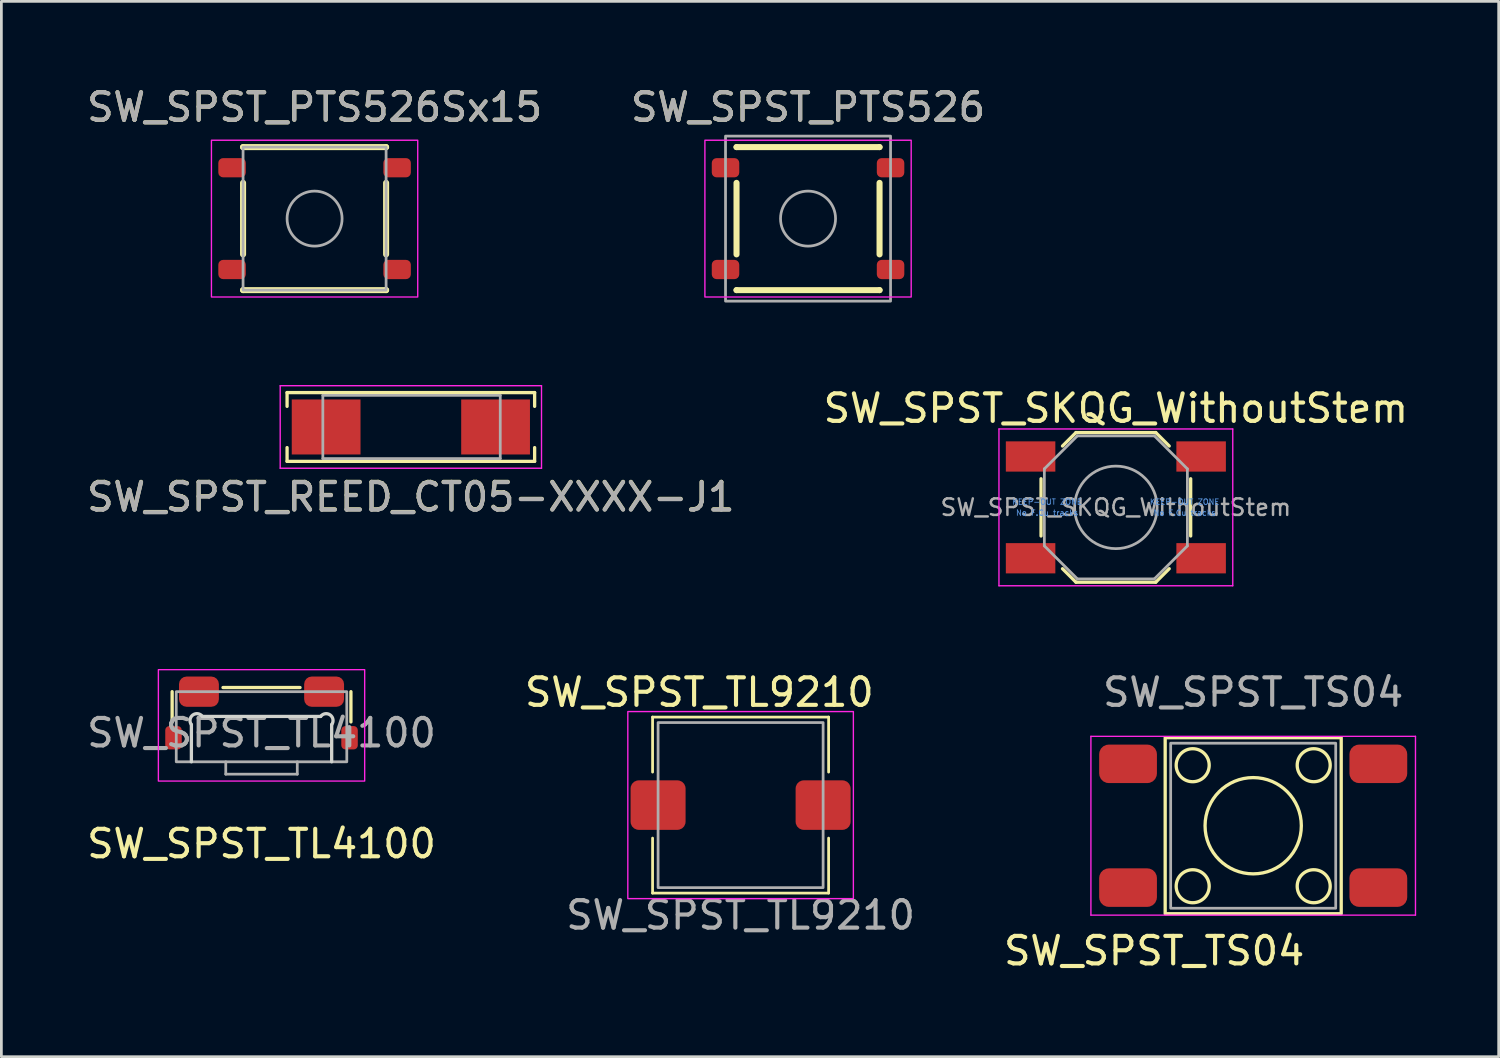
<source format=kicad_pcb>
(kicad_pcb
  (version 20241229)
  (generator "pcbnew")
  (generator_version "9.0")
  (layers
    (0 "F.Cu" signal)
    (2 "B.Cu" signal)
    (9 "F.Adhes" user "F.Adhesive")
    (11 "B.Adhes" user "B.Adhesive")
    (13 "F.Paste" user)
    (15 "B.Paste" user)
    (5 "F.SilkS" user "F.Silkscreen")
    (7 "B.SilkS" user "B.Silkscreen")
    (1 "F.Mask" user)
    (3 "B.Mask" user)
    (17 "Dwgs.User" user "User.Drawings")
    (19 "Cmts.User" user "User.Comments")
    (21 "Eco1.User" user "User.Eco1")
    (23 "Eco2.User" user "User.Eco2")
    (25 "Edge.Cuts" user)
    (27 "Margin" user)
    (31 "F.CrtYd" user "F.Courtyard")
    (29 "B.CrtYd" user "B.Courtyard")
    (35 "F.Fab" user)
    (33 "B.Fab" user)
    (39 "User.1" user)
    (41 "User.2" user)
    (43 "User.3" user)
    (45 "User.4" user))
  (footprint "SW_SPST_PTS526Sx15"
    (layer "F.Cu")
    (at 8.387 4.898)
    (property "Reference" "SW_SPST_PTS526Sx15" (at 0 -4.05 0) (layer "F.SilkS") (effects (font (size 1 1) (thickness 0.15))))
    (attr smd)
    (fp_line (start -2.6 -2.6) (end -2.6 -2.6) (stroke (width 0.22) (type solid)) (layer "F.SilkS"))
    (fp_line (start -2.6 -2.6) (end 2.6 -2.6) (stroke (width 0.22) (type solid)) (layer "F.SilkS"))
    (fp_line (start -2.6 -1.3) (end -2.6 1.3) (stroke (width 0.22) (type solid)) (layer "F.SilkS"))
    (fp_line (start -2.6 2.6) (end -2.6 2.6) (stroke (width 0.22) (type solid)) (layer "F.SilkS"))
    (fp_line (start -2.6 2.6) (end 2.6 2.6) (stroke (width 0.22) (type solid)) (layer "F.SilkS"))
    (fp_line (start 2.6 -2.6) (end 2.6 -2.6) (stroke (width 0.22) (type solid)) (layer "F.SilkS"))
    (fp_line (start 2.6 -1.3) (end 2.6 1.3) (stroke (width 0.22) (type solid)) (layer "F.SilkS"))
    (fp_line (start 2.6 2.6) (end 2.6 2.6) (stroke (width 0.22) (type solid)) (layer "F.SilkS"))
    (fp_rect (start -3.75 -2.85) (end 3.75 2.85) (stroke (width 0.05) (type solid)) (fill no) (layer "F.CrtYd"))
    (fp_rect (start -2.6 -2.6) (end 2.6 2.6) (stroke (width 0.1) (type solid)) (fill no) (layer "F.Fab"))
    (fp_circle (center 0 0) (end 1 0) (stroke (width 0.1) (type solid)) (fill no) (layer "F.Fab"))
    (fp_text user "${REFERENCE}" (at 0 -4.05 0) (layer "F.Fab") (effects (font (size 1 1) (thickness 0.15))))
    (pad "1" smd roundrect (at -3 -1.85) (size 1 0.7) (layers "F.Cu" "F.Mask" "F.Paste") (roundrect_rratio 0.25))
    (pad "1" smd roundrect (at 3 -1.85) (size 1 0.7) (layers "F.Cu" "F.Mask" "F.Paste") (roundrect_rratio 0.25))
    (pad "2" smd roundrect (at -3 1.85) (size 1 0.7) (layers "F.Cu" "F.Mask" "F.Paste") (roundrect_rratio 0.25))
    (pad "2" smd roundrect (at 3 1.85) (size 1 0.7) (layers "F.Cu" "F.Mask" "F.Paste") (roundrect_rratio 0.25)))
  (footprint "SW_SPST_REED_CT05-XXXX-J1"
    (layer "F.Cu")
    (at 11.887 12.473)
    (property "Reference" "SW_SPST_REED_CT05-XXXX-J1" (at 0 2.54 0) (layer "F.SilkS") (effects (font (size 1 1) (thickness 0.15))))
    (attr smd)
    (fp_line (start -4.5 -1.25) (end -4.5 -0.75) (stroke (width 0.12) (type solid)) (layer "F.SilkS"))
    (fp_line (start -4.5 0.75) (end -4.5 1.25) (stroke (width 0.12) (type solid)) (layer "F.SilkS"))
    (fp_line (start -4.5 1.25) (end 4.5 1.25) (stroke (width 0.12) (type solid)) (layer "F.SilkS"))
    (fp_line (start 4.5 -1.25) (end -4.5 -1.25) (stroke (width 0.12) (type solid)) (layer "F.SilkS"))
    (fp_line (start 4.5 -0.75) (end 4.5 -1.25) (stroke (width 0.12) (type solid)) (layer "F.SilkS"))
    (fp_line (start 4.5 1.25) (end 4.5 0.75) (stroke (width 0.12) (type solid)) (layer "F.SilkS"))
    (fp_line (start -4.75 -1.5) (end -4.75 1.5) (stroke (width 0.05) (type solid)) (layer "F.CrtYd"))
    (fp_line (start -4.75 1.5) (end 4.75 1.5) (stroke (width 0.05) (type solid)) (layer "F.CrtYd"))
    (fp_line (start 4.75 -1.5) (end -4.75 -1.5) (stroke (width 0.05) (type solid)) (layer "F.CrtYd"))
    (fp_line (start 4.75 1.5) (end 4.75 -1.5) (stroke (width 0.05) (type solid)) (layer "F.CrtYd"))
    (fp_line (start -3.2 -1.15) (end 3.25 -1.15) (stroke (width 0.1) (type solid)) (layer "F.Fab"))
    (fp_line (start -3.2 1.15) (end -3.2 -1.15) (stroke (width 0.1) (type solid)) (layer "F.Fab"))
    (fp_line (start 3.25 -1.15) (end 3.25 1.15) (stroke (width 0.1) (type solid)) (layer "F.Fab"))
    (fp_line (start 3.25 1.15) (end -3.2 1.15) (stroke (width 0.1) (type solid)) (layer "F.Fab"))
    (fp_text user "${REFERENCE}" (at 0 2.55 0) (layer "F.Fab") (effects (font (size 1 1) (thickness 0.15))))
    (pad "1" smd rect (at -3.08 0) (size 2.5 2) (layers "F.Cu" "F.Mask" "F.Paste"))
    (pad "2" smd rect (at 3.08 0) (size 2.5 2) (layers "F.Cu" "F.Mask" "F.Paste")))
  (footprint "SW_SPST_SKQG_WithoutStem"
    (layer "F.Cu")
    (at 37.518 15.396)
    (property "Reference" "SW_SPST_SKQG_WithoutStem" (at 0 -3.6 0) (layer "F.SilkS") (effects (font (size 1 1) (thickness 0.15))))
    (attr smd)
    (fp_line (start -2.72 1.04) (end -2.72 -1.04) (stroke (width 0.12) (type solid)) (layer "F.SilkS"))
    (fp_line (start -1.45 -2.72) (end -1.94 -2.23) (stroke (width 0.12) (type solid)) (layer "F.SilkS"))
    (fp_line (start -1.45 -2.72) (end 1.45 -2.72) (stroke (width 0.12) (type solid)) (layer "F.SilkS"))
    (fp_line (start -1.45 2.72) (end -1.94 2.23) (stroke (width 0.12) (type solid)) (layer "F.SilkS"))
    (fp_line (start -1.45 2.72) (end 1.45 2.72) (stroke (width 0.12) (type solid)) (layer "F.SilkS"))
    (fp_line (start 1.45 -2.72) (end 1.94 -2.23) (stroke (width 0.12) (type solid)) (layer "F.SilkS"))
    (fp_line (start 1.45 2.72) (end 1.94 2.23) (stroke (width 0.12) (type solid)) (layer "F.SilkS"))
    (fp_line (start 2.72 1.04) (end 2.72 -1.04) (stroke (width 0.12) (type solid)) (layer "F.SilkS"))
    (fp_line (start -4.25 -2.85) (end -4.25 2.85) (stroke (width 0.05) (type solid)) (layer "F.CrtYd"))
    (fp_line (start -4.25 2.85) (end 4.25 2.85) (stroke (width 0.05) (type solid)) (layer "F.CrtYd"))
    (fp_line (start 4.25 -2.85) (end -4.25 -2.85) (stroke (width 0.05) (type solid)) (layer "F.CrtYd"))
    (fp_line (start 4.25 2.85) (end 4.25 -2.85) (stroke (width 0.05) (type solid)) (layer "F.CrtYd"))
    (fp_line (start -2.6 -1.4) (end -1.4 -2.6) (stroke (width 0.1) (type solid)) (layer "F.Fab"))
    (fp_line (start -2.6 1.4) (end -2.6 -1.4) (stroke (width 0.1) (type solid)) (layer "F.Fab"))
    (fp_line (start -1.4 -2.6) (end 1.4 -2.6) (stroke (width 0.1) (type solid)) (layer "F.Fab"))
    (fp_line (start -1.4 2.6) (end -2.6 1.4) (stroke (width 0.1) (type solid)) (layer "F.Fab"))
    (fp_line (start 1.4 -2.6) (end 2.6 -1.4) (stroke (width 0.1) (type solid)) (layer "F.Fab"))
    (fp_line (start 1.4 2.6) (end -1.4 2.6) (stroke (width 0.1) (type solid)) (layer "F.Fab"))
    (fp_line (start 2.6 -1.4) (end 2.6 1.4) (stroke (width 0.1) (type solid)) (layer "F.Fab"))
    (fp_line (start 2.6 1.4) (end 1.4 2.6) (stroke (width 0.1) (type solid)) (layer "F.Fab"))
    (fp_circle (center 0 0) (end 1.5 0) (stroke (width 0.1) (type solid)) (fill no) (layer "F.Fab"))
    (fp_text user "KEEP-OUT ZONE" (at -2.5 -0.2 0) (layer "Cmts.User") (effects (font (size 0.2 0.2) (thickness 0.03))))
    (fp_text user "No F.Cu tracks" (at 2.5 0.2 0) (layer "Cmts.User") (effects (font (size 0.2 0.2) (thickness 0.03))))
    (fp_text user "KEEP-OUT ZONE" (at 2.5 -0.2 0) (layer "Cmts.User") (effects (font (size 0.2 0.2) (thickness 0.03))))
    (fp_text user "No F.Cu tracks" (at -2.5 0.2 0) (layer "Cmts.User") (effects (font (size 0.2 0.2) (thickness 0.03))))
    (fp_text user "${REFERENCE}" (at 0 0 0) (layer "F.Fab") (effects (font (size 0.6 0.6) (thickness 0.09))))
    (pad "1" smd rect (at -3.1 -1.85) (size 1.8 1.1) (layers "F.Cu" "F.Mask" "F.Paste"))
    (pad "1" smd rect (at 3.1 -1.85) (size 1.8 1.1) (layers "F.Cu" "F.Mask" "F.Paste"))
    (pad "2" smd rect (at -3.1 1.85) (size 1.8 1.1) (layers "F.Cu" "F.Mask" "F.Paste"))
    (pad "2" smd rect (at 3.1 1.85) (size 1.8 1.1) (layers "F.Cu" "F.Mask" "F.Paste"))
    (zone (net_name "") (layer "F.Cu") (hatch full 0.508) (connect_pads) (min_thickness 0.254) (filled_areas_thickness no) (keepout (tracks not_allowed) (vias not_allowed) (pads not_allowed) (copperpour not_allowed) (footprints not_allowed)) (placement (enabled no)) (fill) (polygon (pts (xy 33.518 14.097) (xy 36.518 14.097) (xy 36.518 16.697) (xy 33.518 16.697))))
    (zone (net_name "") (layer "F.Cu") (hatch full 0.508) (connect_pads) (min_thickness 0.254) (filled_areas_thickness no) (keepout (tracks not_allowed) (vias not_allowed) (pads not_allowed) (copperpour not_allowed) (footprints not_allowed)) (placement (enabled no)) (fill) (polygon (pts (xy 38.518 14.097) (xy 41.518 14.097) (xy 41.518 16.697) (xy 38.518 16.697)))))
  (footprint "SW_SPST_TL9210"
    (layer "F.Cu")
    (at 23.875 26.22)
    (property "Reference" "SW_SPST_TL9210" (at -1.5 -4.1 0) (unlocked yes) (layer "F.SilkS") (effects (font (size 1 1) (thickness 0.15))))
    (attr smd)
    (fp_line (start -3.2 -3.2) (end 3.2 -3.2) (stroke (width 0.1) (type default)) (layer "F.SilkS"))
    (fp_line (start -3.2 -1.2) (end -3.2 -3.2) (stroke (width 0.1) (type default)) (layer "F.SilkS"))
    (fp_line (start -3.2 3.2) (end -3.2 1.2) (stroke (width 0.1) (type default)) (layer "F.SilkS"))
    (fp_line (start 3.2 -3.2) (end 3.2 -1.2) (stroke (width 0.1) (type default)) (layer "F.SilkS"))
    (fp_line (start 3.2 1.2) (end 3.2 3.2) (stroke (width 0.1) (type default)) (layer "F.SilkS"))
    (fp_line (start 3.2 3.2) (end -3.2 3.2) (stroke (width 0.1) (type default)) (layer "F.SilkS"))
    (fp_rect (start -4.1 -3.4) (end 4.1 3.4) (stroke (width 0.05) (type default)) (fill no) (layer "F.CrtYd"))
    (fp_rect (start -3 -3) (end 3 3) (stroke (width 0.1) (type default)) (fill no) (layer "F.Fab"))
    (fp_text user "${REFERENCE}" (at 0 4 0) (unlocked yes) (layer "F.Fab") (effects (font (size 1 1) (thickness 0.15))))
    (pad "1" smd roundrect (at -3 0) (size 2 1.8) (layers "F.Cu" "F.Mask" "F.Paste") (roundrect_rratio 0.164))
    (pad "2" smd roundrect (at 3 0) (size 2 1.8) (layers "F.Cu" "F.Mask" "F.Paste") (roundrect_rratio 0.164)))
  (footprint "SW_SPST_TS04"
    (layer "F.Cu")
    (at 42.511 26.97)
    (property "Reference" "SW_SPST_TS04" (at -3.6 4.55 0) (layer "F.SilkS") (effects (font (size 1 1) (thickness 0.15))))
    (attr smd)
    (fp_rect (start -3.2 -3.2) (end 3.2 3.2) (stroke (width 0.12) (type default)) (fill no) (layer "F.SilkS"))
    (fp_circle (center -2.2 -2.2) (end -1.6 -2.2) (stroke (width 0.12) (type default)) (fill no) (layer "F.SilkS"))
    (fp_circle (center -2.2 2.2) (end -1.6 2.2) (stroke (width 0.12) (type default)) (fill no) (layer "F.SilkS"))
    (fp_circle (center 0 0) (end 1.75 0) (stroke (width 0.12) (type default)) (fill no) (layer "F.SilkS"))
    (fp_circle (center 2.2 -2.2) (end 2.8 -2.2) (stroke (width 0.12) (type default)) (fill no) (layer "F.SilkS"))
    (fp_circle (center 2.2 2.2) (end 2.8 2.2) (stroke (width 0.12) (type default)) (fill no) (layer "F.SilkS"))
    (fp_line (start -5.9 -3.25) (end 5.9 -3.25) (stroke (width 0.05) (type default)) (layer "F.CrtYd"))
    (fp_line (start -5.9 3.25) (end -5.9 -3.25) (stroke (width 0.05) (type default)) (layer "F.CrtYd"))
    (fp_line (start 5.9 -3.25) (end 5.9 3.25) (stroke (width 0.05) (type default)) (layer "F.CrtYd"))
    (fp_line (start 5.9 3.25) (end -5.9 3.25) (stroke (width 0.05) (type default)) (layer "F.CrtYd"))
    (fp_rect (start -3 -3) (end 3 3) (stroke (width 0.1) (type default)) (fill no) (layer "F.Fab"))
    (fp_text user "${REFERENCE}" (at 0 -4.85 0) (layer "F.Fab") (effects (font (size 1 1) (thickness 0.15))))
    (pad "1" smd roundrect (at -4.55 -2.25) (size 2.1 1.4) (layers "F.Cu" "F.Mask" "F.Paste") (roundrect_rratio 0.25))
    (pad "2" smd roundrect (at -4.55 2.25) (size 2.1 1.4) (layers "F.Cu" "F.Mask" "F.Paste") (roundrect_rratio 0.25))
    (pad "3" smd roundrect (at 4.55 -2.25) (size 2.1 1.4) (layers "F.Cu" "F.Mask" "F.Paste") (roundrect_rratio 0.25))
    (pad "4" smd roundrect (at 4.55 2.25) (size 2.1 1.4) (layers "F.Cu" "F.Mask" "F.Paste") (roundrect_rratio 0.25)))
  (footprint "SW_SPST_TL4100"
    (layer "F.Cu")
    (at 6.458 23.596)
    (property "Reference" "SW_SPST_TL4100" (at 0 4.03 0) (unlocked yes) (layer "F.SilkS") (effects (font (size 1 1) (thickness 0.15))))
    (attr smd)
    (fp_line (start -3.25 -0.4) (end -3.25 -1.5) (stroke (width 0.12) (type default)) (layer "F.SilkS"))
    (fp_line (start -1.4 -1.65) (end 1.4 -1.65) (stroke (width 0.12) (type default)) (layer "F.SilkS"))
    (fp_line (start 3.25 -0.4) (end 3.25 -1.5) (stroke (width 0.12) (type default)) (layer "F.SilkS"))
    (fp_line (start -2.55 1.05) (end -2.55 -0.3) (stroke (width 0.12) (type default)) (layer "Edge.Cuts"))
    (fp_line (start -2.15 -0.6) (end 2.15 -0.6) (stroke (width 0.12) (type default)) (layer "Edge.Cuts"))
    (fp_line (start 2.55 -0.3) (end 2.55 1.05) (stroke (width 0.12) (type default)) (layer "Edge.Cuts"))
    (fp_arc (start -2.55 -0.3) (mid -2.5 -0.65) (end -2.15 -0.6) (stroke (width 0.12) (type default)) (layer "Edge.Cuts"))
    (fp_arc (start 2.15 -0.6) (mid 2.5 -0.65) (end 2.55 -0.3) (stroke (width 0.12) (type default)) (layer "Edge.Cuts"))
    (fp_rect (start -3.75 -2.3) (end 3.75 1.75) (stroke (width 0.05) (type default)) (fill no) (layer "F.CrtYd"))
    (fp_line (start -1.3 1.05) (end -1.3 1.5) (stroke (width 0.1) (type default)) (layer "F.Fab"))
    (fp_line (start -1.3 1.5) (end 1.3 1.5) (stroke (width 0.1) (type default)) (layer "F.Fab"))
    (fp_line (start 1.3 1.5) (end 1.3 1.05) (stroke (width 0.1) (type default)) (layer "F.Fab"))
    (fp_rect (start -3.1 -1.5) (end 3.1 1.05) (stroke (width 0.1) (type default)) (fill no) (layer "F.Fab"))
    (fp_text user "${REFERENCE}" (at 0 0 0) (unlocked yes) (layer "F.Fab") (effects (font (size 1 1) (thickness 0.15))))
    (pad "" smd roundrect (at -3.2 0.175) (size 0.6 0.85) (layers "F.Cu" "F.Mask" "F.Paste") (roundrect_rratio 0.25))
    (pad "" smd roundrect (at 3.2 0.175) (size 0.6 0.85) (layers "F.Cu" "F.Mask" "F.Paste") (roundrect_rratio 0.25))
    (pad "1" smd roundrect (at -2.275 -1.5) (size 1.45 1.1) (layers "F.Cu" "F.Mask" "F.Paste") (roundrect_rratio 0.25))
    (pad "2" smd roundrect (at 2.275 -1.5) (size 1.45 1.1) (layers "F.Cu" "F.Mask" "F.Paste") (roundrect_rratio 0.25)))
  (footprint "SW_SPST_PTS526"
    (layer "F.Cu")
    (at 26.327 4.898)
    (property "Reference" "SW_SPST_PTS526" (at 0 -4.05 0) (layer "F.SilkS") (effects (font (size 1 1) (thickness 0.15))))
    (attr smd)
    (fp_line (start -2.6 -2.6) (end -2.6 -2.6) (stroke (width 0.22) (type solid)) (layer "F.SilkS"))
    (fp_line (start -2.6 -2.6) (end 2.6 -2.6) (stroke (width 0.22) (type solid)) (layer "F.SilkS"))
    (fp_line (start -2.6 -1.3) (end -2.6 1.3) (stroke (width 0.22) (type solid)) (layer "F.SilkS"))
    (fp_line (start -2.6 2.6) (end -2.6 2.6) (stroke (width 0.22) (type solid)) (layer "F.SilkS"))
    (fp_line (start -2.6 2.6) (end 2.6 2.6) (stroke (width 0.22) (type solid)) (layer "F.SilkS"))
    (fp_line (start 2.6 -2.6) (end 2.6 -2.6) (stroke (width 0.22) (type solid)) (layer "F.SilkS"))
    (fp_line (start 2.6 -1.3) (end 2.6 1.3) (stroke (width 0.22) (type solid)) (layer "F.SilkS"))
    (fp_line (start 2.6 2.6) (end 2.6 2.6) (stroke (width 0.22) (type solid)) (layer "F.SilkS"))
    (fp_rect (start -3.75 -2.85) (end 3.75 2.85) (stroke (width 0.05) (type solid)) (fill no) (layer "F.CrtYd"))
    (fp_rect (start -3 -3) (end 3 3) (stroke (width 0.1) (type solid)) (fill no) (layer "F.Fab"))
    (fp_circle (center 0 0) (end 1 0) (stroke (width 0.1) (type solid)) (fill no) (layer "F.Fab"))
    (fp_text user "${REFERENCE}" (at 0 -4.05 0) (layer "F.Fab") (effects (font (size 1 1) (thickness 0.15))))
    (pad "1" smd roundrect (at -3 -1.85) (size 1 0.7) (layers "F.Cu" "F.Mask" "F.Paste") (roundrect_rratio 0.25))
    (pad "1" smd roundrect (at 3 -1.85) (size 1 0.7) (layers "F.Cu" "F.Mask" "F.Paste") (roundrect_rratio 0.25))
    (pad "2" smd roundrect (at -3 1.85) (size 1 0.7) (layers "F.Cu" "F.Mask" "F.Paste") (roundrect_rratio 0.25))
    (pad "2" smd roundrect (at 3 1.85) (size 1 0.7) (layers "F.Cu" "F.Mask" "F.Paste") (roundrect_rratio 0.25)))
  (gr_rect
    (start -3 -3)
    (end 51.436 35.368)
    (stroke (width 0.1) (type default))
    (fill no)
    (layer "Edge.Cuts")))
</source>
